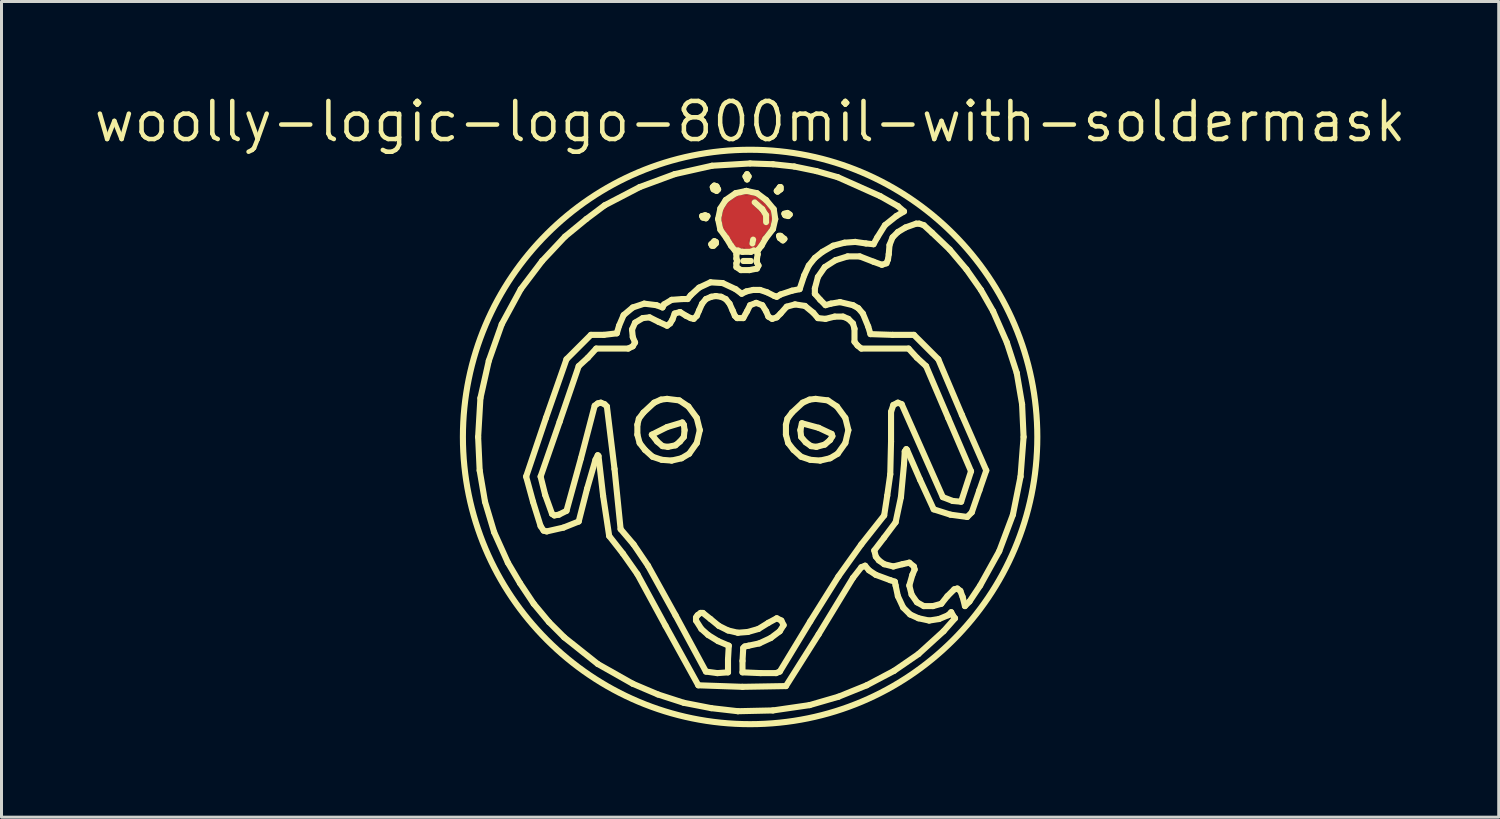
<source format=kicad_pcb>
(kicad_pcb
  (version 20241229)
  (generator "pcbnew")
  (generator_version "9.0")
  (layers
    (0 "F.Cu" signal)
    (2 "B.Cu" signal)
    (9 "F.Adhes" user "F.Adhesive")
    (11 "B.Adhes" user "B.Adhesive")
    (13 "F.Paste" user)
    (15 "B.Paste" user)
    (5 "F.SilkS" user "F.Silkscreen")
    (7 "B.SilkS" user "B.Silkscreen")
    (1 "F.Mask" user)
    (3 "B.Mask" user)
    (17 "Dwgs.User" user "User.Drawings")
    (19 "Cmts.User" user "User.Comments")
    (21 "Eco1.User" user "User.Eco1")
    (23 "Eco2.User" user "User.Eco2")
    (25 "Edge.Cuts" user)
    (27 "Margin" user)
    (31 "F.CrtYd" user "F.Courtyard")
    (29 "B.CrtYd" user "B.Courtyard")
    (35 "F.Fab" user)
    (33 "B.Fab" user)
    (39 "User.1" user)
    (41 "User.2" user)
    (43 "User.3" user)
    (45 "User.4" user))
  (footprint "woolly-logic-logo-800mil-with-soldermask"
    (layer "F.Cu")
    (at 21.959 11.495)
    (property "Reference" "woolly-logic-logo-800mil-with-soldermask" (at 0.001 -10.489 0) (layer "F.SilkS") (effects (font (size 1.27 1.27) (thickness 0.15))))
    (fp_line (start -9.067 0.024) (end -9.016 1.141) (stroke (width 0.203) (type solid)) (layer "F.SilkS"))
    (fp_line (start -9.016 1.141) (end -8.838 2.183) (stroke (width 0.203) (type solid)) (layer "F.SilkS"))
    (fp_line (start -8.991 -1.272) (end -9.067 0.024) (stroke (width 0.203) (type solid)) (layer "F.SilkS"))
    (fp_line (start -8.838 2.183) (end -8.534 3.199) (stroke (width 0.203) (type solid)) (layer "F.SilkS"))
    (fp_line (start -8.711 -2.516) (end -8.991 -1.272) (stroke (width 0.203) (type solid)) (layer "F.SilkS"))
    (fp_line (start -8.534 3.199) (end -8.076 4.215) (stroke (width 0.203) (type solid)) (layer "F.SilkS"))
    (fp_line (start -8.28 -3.735) (end -8.711 -2.516) (stroke (width 0.203) (type solid)) (layer "F.SilkS"))
    (fp_line (start -8.076 4.215) (end -7.67 4.901) (stroke (width 0.203) (type solid)) (layer "F.SilkS"))
    (fp_line (start -7.67 4.901) (end -7.213 5.586) (stroke (width 0.203) (type solid)) (layer "F.SilkS"))
    (fp_line (start -7.645 -4.904) (end -8.28 -3.735) (stroke (width 0.203) (type solid)) (layer "F.SilkS"))
    (fp_line (start -7.467 1.345) (end -6.806 -0.611) (stroke (width 0.203) (type solid)) (layer "F.SilkS"))
    (fp_line (start -7.238 2.183) (end -7.467 1.345) (stroke (width 0.203) (type solid)) (layer "F.SilkS"))
    (fp_line (start -7.213 5.586) (end -6.705 6.196) (stroke (width 0.203) (type solid)) (layer "F.SilkS"))
    (fp_line (start -6.984 1.345) (end -6.832 1.954) (stroke (width 0.203) (type solid)) (layer "F.SilkS"))
    (fp_line (start -6.984 2.996) (end -7.238 2.183) (stroke (width 0.203) (type solid)) (layer "F.SilkS"))
    (fp_line (start -6.933 -5.844) (end -7.645 -4.904) (stroke (width 0.203) (type solid)) (layer "F.SilkS"))
    (fp_line (start -6.883 3.148) (end -6.984 2.996) (stroke (width 0.203) (type solid)) (layer "F.SilkS"))
    (fp_line (start -6.832 1.954) (end -6.603 2.589) (stroke (width 0.203) (type solid)) (layer "F.SilkS"))
    (fp_line (start -6.806 -0.611) (end -6.121 -2.567) (stroke (width 0.203) (type solid)) (layer "F.SilkS"))
    (fp_line (start -6.781 3.173) (end -6.883 3.148) (stroke (width 0.203) (type solid)) (layer "F.SilkS"))
    (fp_line (start -6.705 6.196) (end -6.197 6.704) (stroke (width 0.203) (type solid)) (layer "F.SilkS"))
    (fp_line (start -6.603 2.589) (end -6.527 2.64) (stroke (width 0.203) (type solid)) (layer "F.SilkS"))
    (fp_line (start -6.527 2.64) (end -6.375 2.615) (stroke (width 0.203) (type solid)) (layer "F.SilkS"))
    (fp_line (start -6.375 2.615) (end -6.121 2.488) (stroke (width 0.203) (type solid)) (layer "F.SilkS"))
    (fp_line (start -6.349 -0.484) (end -6.984 1.345) (stroke (width 0.203) (type solid)) (layer "F.SilkS"))
    (fp_line (start -6.222 3.046) (end -6.781 3.173) (stroke (width 0.203) (type solid)) (layer "F.SilkS"))
    (fp_line (start -6.197 6.704) (end -5.079 7.593) (stroke (width 0.203) (type solid)) (layer "F.SilkS"))
    (fp_line (start -6.171 -6.656) (end -6.933 -5.844) (stroke (width 0.203) (type solid)) (layer "F.SilkS"))
    (fp_line (start -6.121 -2.567) (end -5.308 -3.38) (stroke (width 0.203) (type solid)) (layer "F.SilkS"))
    (fp_line (start -6.121 2.488) (end -5.638 0.735) (stroke (width 0.203) (type solid)) (layer "F.SilkS"))
    (fp_line (start -5.714 -2.338) (end -6.349 -0.484) (stroke (width 0.203) (type solid)) (layer "F.SilkS"))
    (fp_line (start -5.714 2.843) (end -6.222 3.046) (stroke (width 0.203) (type solid)) (layer "F.SilkS"))
    (fp_line (start -5.638 0.735) (end -5.181 -1.018) (stroke (width 0.203) (type solid)) (layer "F.SilkS"))
    (fp_line (start -5.46 -7.241) (end -6.171 -6.656) (stroke (width 0.203) (type solid)) (layer "F.SilkS"))
    (fp_line (start -5.435 1.751) (end -5.714 2.843) (stroke (width 0.203) (type solid)) (layer "F.SilkS"))
    (fp_line (start -5.409 -2.618) (end -5.714 -2.338) (stroke (width 0.203) (type solid)) (layer "F.SilkS"))
    (fp_line (start -5.308 -3.38) (end -4.876 -3.38) (stroke (width 0.203) (type solid)) (layer "F.SilkS"))
    (fp_line (start -5.181 -1.018) (end -5.079 -1.094) (stroke (width 0.203) (type solid)) (layer "F.SilkS"))
    (fp_line (start -5.155 0.786) (end -5.435 1.751) (stroke (width 0.203) (type solid)) (layer "F.SilkS"))
    (fp_line (start -5.13 -2.923) (end -5.409 -2.618) (stroke (width 0.203) (type solid)) (layer "F.SilkS"))
    (fp_line (start -5.079 -1.094) (end -4.978 -1.119) (stroke (width 0.203) (type solid)) (layer "F.SilkS"))
    (fp_line (start -5.079 0.633) (end -5.155 0.786) (stroke (width 0.203) (type solid)) (layer "F.SilkS"))
    (fp_line (start -5.079 7.593) (end -3.911 8.253) (stroke (width 0.203) (type solid)) (layer "F.SilkS"))
    (fp_line (start -5.054 0.659) (end -5.079 0.633) (stroke (width 0.203) (type solid)) (layer "F.SilkS"))
    (fp_line (start -4.978 -1.119) (end -4.851 -1.068) (stroke (width 0.203) (type solid)) (layer "F.SilkS"))
    (fp_line (start -4.901 1.98) (end -5.054 0.659) (stroke (width 0.203) (type solid)) (layer "F.SilkS"))
    (fp_line (start -4.876 -3.38) (end -4.444 -3.431) (stroke (width 0.203) (type solid)) (layer "F.SilkS"))
    (fp_line (start -4.851 -7.698) (end -5.46 -7.241) (stroke (width 0.203) (type solid)) (layer "F.SilkS"))
    (fp_line (start -4.851 -1.068) (end -4.774 -0.992) (stroke (width 0.203) (type solid)) (layer "F.SilkS"))
    (fp_line (start -4.774 -0.992) (end -4.52 1.091) (stroke (width 0.203) (type solid)) (layer "F.SilkS"))
    (fp_line (start -4.698 3.326) (end -4.901 1.98) (stroke (width 0.203) (type solid)) (layer "F.SilkS"))
    (fp_line (start -4.52 1.091) (end -4.317 3.097) (stroke (width 0.203) (type solid)) (layer "F.SilkS"))
    (fp_line (start -4.444 -3.431) (end -4.368 -3.685) (stroke (width 0.203) (type solid)) (layer "F.SilkS"))
    (fp_line (start -4.368 -3.685) (end -4.216 -4.04) (stroke (width 0.203) (type solid)) (layer "F.SilkS"))
    (fp_line (start -4.317 3.097) (end -3.885 3.605) (stroke (width 0.203) (type solid)) (layer "F.SilkS"))
    (fp_line (start -4.241 3.91) (end -4.698 3.326) (stroke (width 0.203) (type solid)) (layer "F.SilkS"))
    (fp_line (start -4.216 -4.04) (end -3.911 -4.294) (stroke (width 0.203) (type solid)) (layer "F.SilkS"))
    (fp_line (start -4.063 -2.923) (end -5.13 -2.923) (stroke (width 0.203) (type solid)) (layer "F.SilkS"))
    (fp_line (start -3.936 -3.558) (end -3.911 -3.304) (stroke (width 0.203) (type solid)) (layer "F.SilkS"))
    (fp_line (start -3.911 -4.294) (end -3.53 -4.421) (stroke (width 0.203) (type solid)) (layer "F.SilkS"))
    (fp_line (start -3.911 -3.304) (end -3.835 -3.126) (stroke (width 0.203) (type solid)) (layer "F.SilkS"))
    (fp_line (start -3.911 -2.999) (end -4.063 -2.923) (stroke (width 0.203) (type solid)) (layer "F.SilkS"))
    (fp_line (start -3.911 8.253) (end -3.073 8.609) (stroke (width 0.203) (type solid)) (layer "F.SilkS"))
    (fp_line (start -3.885 3.605) (end -3.403 4.316) (stroke (width 0.203) (type solid)) (layer "F.SilkS"))
    (fp_line (start -3.835 -3.786) (end -3.936 -3.558) (stroke (width 0.203) (type solid)) (layer "F.SilkS"))
    (fp_line (start -3.835 -3.126) (end -3.911 -2.999) (stroke (width 0.203) (type solid)) (layer "F.SilkS"))
    (fp_line (start -3.758 -0.383) (end -3.758 -0.052) (stroke (width 0.203) (type solid)) (layer "F.SilkS"))
    (fp_line (start -3.758 -0.383) (end -3.708 -0.586) (stroke (width 0.203) (type solid)) (layer "F.SilkS"))
    (fp_line (start -3.758 4.596) (end -4.241 3.91) (stroke (width 0.203) (type solid)) (layer "F.SilkS"))
    (fp_line (start -3.708 -0.586) (end -3.555 -0.789) (stroke (width 0.203) (type solid)) (layer "F.SilkS"))
    (fp_line (start -3.682 -8.307) (end -4.851 -7.698) (stroke (width 0.203) (type solid)) (layer "F.SilkS"))
    (fp_line (start -3.682 0.227) (end -3.758 -0.052) (stroke (width 0.203) (type solid)) (layer "F.SilkS"))
    (fp_line (start -3.581 -3.939) (end -3.835 -3.786) (stroke (width 0.203) (type solid)) (layer "F.SilkS"))
    (fp_line (start -3.555 -0.789) (end -3.2 -1.119) (stroke (width 0.203) (type solid)) (layer "F.SilkS"))
    (fp_line (start -3.53 -4.421) (end -3.123 -4.37) (stroke (width 0.203) (type solid)) (layer "F.SilkS"))
    (fp_line (start -3.504 0.456) (end -3.682 0.227) (stroke (width 0.203) (type solid)) (layer "F.SilkS"))
    (fp_line (start -3.403 4.316) (end -2.488 5.967) (stroke (width 0.203) (type solid)) (layer "F.SilkS"))
    (fp_line (start -3.352 -3.964) (end -3.581 -3.939) (stroke (width 0.203) (type solid)) (layer "F.SilkS"))
    (fp_line (start -3.276 -0.052) (end -3.098 0.176) (stroke (width 0.203) (type solid)) (layer "F.SilkS"))
    (fp_line (start -3.25 0.684) (end -3.504 0.456) (stroke (width 0.203) (type solid)) (layer "F.SilkS"))
    (fp_line (start -3.2 -1.119) (end -2.971 -1.221) (stroke (width 0.203) (type solid)) (layer "F.SilkS"))
    (fp_line (start -3.123 -4.37) (end -2.92 -4.294) (stroke (width 0.203) (type solid)) (layer "F.SilkS"))
    (fp_line (start -3.098 0.176) (end -2.92 0.329) (stroke (width 0.203) (type solid)) (layer "F.SilkS"))
    (fp_line (start -3.073 8.609) (end -2.209 8.888) (stroke (width 0.203) (type solid)) (layer "F.SilkS"))
    (fp_line (start -3.047 -3.812) (end -3.352 -3.964) (stroke (width 0.203) (type solid)) (layer "F.SilkS"))
    (fp_line (start -2.971 -1.221) (end -2.768 -1.246) (stroke (width 0.203) (type solid)) (layer "F.SilkS"))
    (fp_line (start -2.946 0.786) (end -3.25 0.684) (stroke (width 0.203) (type solid)) (layer "F.SilkS"))
    (fp_line (start -2.92 -4.294) (end -2.869 -4.396) (stroke (width 0.203) (type solid)) (layer "F.SilkS"))
    (fp_line (start -2.92 0.329) (end -2.742 0.354) (stroke (width 0.203) (type solid)) (layer "F.SilkS"))
    (fp_line (start -2.869 -4.396) (end -2.615 -4.548) (stroke (width 0.203) (type solid)) (layer "F.SilkS"))
    (fp_line (start -2.819 6.323) (end -3.758 4.596) (stroke (width 0.203) (type solid)) (layer "F.SilkS"))
    (fp_line (start -2.768 -3.685) (end -3.047 -3.812) (stroke (width 0.203) (type solid)) (layer "F.SilkS"))
    (fp_line (start -2.768 -0.306) (end -3.276 -0.052) (stroke (width 0.203) (type solid)) (layer "F.SilkS"))
    (fp_line (start -2.742 0.354) (end -2.488 0.303) (stroke (width 0.203) (type solid)) (layer "F.SilkS"))
    (fp_line (start -2.666 -3.761) (end -2.768 -3.685) (stroke (width 0.203) (type solid)) (layer "F.SilkS"))
    (fp_line (start -2.615 -4.548) (end -2.26 -4.574) (stroke (width 0.203) (type solid)) (layer "F.SilkS"))
    (fp_line (start -2.615 0.811) (end -2.946 0.786) (stroke (width 0.203) (type solid)) (layer "F.SilkS"))
    (fp_line (start -2.59 -3.888) (end -2.666 -3.761) (stroke (width 0.203) (type solid)) (layer "F.SilkS"))
    (fp_line (start -2.514 -8.739) (end -3.682 -8.307) (stroke (width 0.203) (type solid)) (layer "F.SilkS"))
    (fp_line (start -2.514 -4.091) (end -2.59 -3.888) (stroke (width 0.203) (type solid)) (layer "F.SilkS"))
    (fp_line (start -2.488 0.303) (end -2.336 0.176) (stroke (width 0.203) (type solid)) (layer "F.SilkS"))
    (fp_line (start -2.488 5.967) (end -1.472 7.847) (stroke (width 0.203) (type solid)) (layer "F.SilkS"))
    (fp_line (start -2.361 -1.195) (end -2.768 -1.246) (stroke (width 0.203) (type solid)) (layer "F.SilkS"))
    (fp_line (start -2.361 -1.195) (end -2.057 -0.992) (stroke (width 0.203) (type solid)) (layer "F.SilkS"))
    (fp_line (start -2.336 -4.142) (end -2.514 -4.091) (stroke (width 0.203) (type solid)) (layer "F.SilkS"))
    (fp_line (start -2.336 0.176) (end -2.209 0.024) (stroke (width 0.203) (type solid)) (layer "F.SilkS"))
    (fp_line (start -2.285 0.735) (end -2.615 0.811) (stroke (width 0.203) (type solid)) (layer "F.SilkS"))
    (fp_line (start -2.26 -4.574) (end -2.082 -4.574) (stroke (width 0.203) (type solid)) (layer "F.SilkS"))
    (fp_line (start -2.26 -0.459) (end -2.768 -0.306) (stroke (width 0.203) (type solid)) (layer "F.SilkS"))
    (fp_line (start -2.209 -0.383) (end -2.26 -0.459) (stroke (width 0.203) (type solid)) (layer "F.SilkS"))
    (fp_line (start -2.209 0.024) (end -2.184 -0.205) (stroke (width 0.203) (type solid)) (layer "F.SilkS"))
    (fp_line (start -2.209 8.888) (end -1.295 9.066) (stroke (width 0.203) (type solid)) (layer "F.SilkS"))
    (fp_line (start -2.184 -0.205) (end -2.209 -0.383) (stroke (width 0.203) (type solid)) (layer "F.SilkS"))
    (fp_line (start -2.133 -4.015) (end -2.336 -4.142) (stroke (width 0.203) (type solid)) (layer "F.SilkS"))
    (fp_line (start -2.082 -4.574) (end -1.98 -4.701) (stroke (width 0.203) (type solid)) (layer "F.SilkS"))
    (fp_line (start -2.057 -0.992) (end -1.777 -0.611) (stroke (width 0.203) (type solid)) (layer "F.SilkS"))
    (fp_line (start -2.031 0.583) (end -2.285 0.735) (stroke (width 0.203) (type solid)) (layer "F.SilkS"))
    (fp_line (start -1.98 -4.701) (end -1.701 -4.955) (stroke (width 0.203) (type solid)) (layer "F.SilkS"))
    (fp_line (start -1.98 -3.939) (end -2.133 -4.015) (stroke (width 0.203) (type solid)) (layer "F.SilkS"))
    (fp_line (start -1.879 -3.913) (end -1.98 -3.939) (stroke (width 0.203) (type solid)) (layer "F.SilkS"))
    (fp_line (start -1.803 6.044) (end -1.803 6.145) (stroke (width 0.203) (type solid)) (layer "F.SilkS"))
    (fp_line (start -1.803 6.044) (end -1.752 5.967) (stroke (width 0.203) (type solid)) (layer "F.SilkS"))
    (fp_line (start -1.777 -4.015) (end -1.879 -3.913) (stroke (width 0.203) (type solid)) (layer "F.SilkS"))
    (fp_line (start -1.777 -0.611) (end -1.676 -0.205) (stroke (width 0.203) (type solid)) (layer "F.SilkS"))
    (fp_line (start -1.777 0.227) (end -2.031 0.583) (stroke (width 0.203) (type solid)) (layer "F.SilkS"))
    (fp_line (start -1.752 5.967) (end -1.65 5.891) (stroke (width 0.203) (type solid)) (layer "F.SilkS"))
    (fp_line (start -1.726 8.304) (end -2.819 6.323) (stroke (width 0.203) (type solid)) (layer "F.SilkS"))
    (fp_line (start -1.701 -4.955) (end -1.32 -5.132) (stroke (width 0.203) (type solid)) (layer "F.SilkS"))
    (fp_line (start -1.701 -4.193) (end -1.777 -4.015) (stroke (width 0.203) (type solid)) (layer "F.SilkS"))
    (fp_line (start -1.676 -0.205) (end -1.777 0.227) (stroke (width 0.203) (type solid)) (layer "F.SilkS"))
    (fp_line (start -1.65 5.891) (end -1.574 5.891) (stroke (width 0.203) (type solid)) (layer "F.SilkS"))
    (fp_line (start -1.625 6.425) (end -1.803 6.145) (stroke (width 0.203) (type solid)) (layer "F.SilkS"))
    (fp_line (start -1.599 -7.342) (end -1.498 -7.368) (stroke (width 0.203) (type solid)) (layer "F.SilkS"))
    (fp_line (start -1.599 -4.421) (end -1.701 -4.193) (stroke (width 0.203) (type solid)) (layer "F.SilkS"))
    (fp_line (start -1.574 -7.291) (end -1.599 -7.342) (stroke (width 0.203) (type solid)) (layer "F.SilkS"))
    (fp_line (start -1.574 5.891) (end -1.32 6.094) (stroke (width 0.203) (type solid)) (layer "F.SilkS"))
    (fp_line (start -1.472 -7.266) (end -1.574 -7.291) (stroke (width 0.203) (type solid)) (layer "F.SilkS"))
    (fp_line (start -1.472 -4.574) (end -1.599 -4.421) (stroke (width 0.203) (type solid)) (layer "F.SilkS"))
    (fp_line (start -1.472 7.847) (end -1.091 7.898) (stroke (width 0.203) (type solid)) (layer "F.SilkS"))
    (fp_line (start -1.422 -7.342) (end -1.498 -7.368) (stroke (width 0.203) (type solid)) (layer "F.SilkS"))
    (fp_line (start -1.422 -7.342) (end -1.472 -7.266) (stroke (width 0.203) (type solid)) (layer "F.SilkS"))
    (fp_line (start -1.396 6.628) (end -1.625 6.425) (stroke (width 0.203) (type solid)) (layer "F.SilkS"))
    (fp_line (start -1.32 -5.132) (end -0.914 -5.107) (stroke (width 0.203) (type solid)) (layer "F.SilkS"))
    (fp_line (start -1.32 6.094) (end -1.041 6.323) (stroke (width 0.203) (type solid)) (layer "F.SilkS"))
    (fp_line (start -1.295 -6.402) (end -1.193 -6.504) (stroke (width 0.203) (type solid)) (layer "F.SilkS"))
    (fp_line (start -1.295 -4.65) (end -1.472 -4.574) (stroke (width 0.203) (type solid)) (layer "F.SilkS"))
    (fp_line (start -1.295 9.066) (end -0.406 9.168) (stroke (width 0.203) (type solid)) (layer "F.SilkS"))
    (fp_line (start -1.269 -9.019) (end -2.514 -8.739) (stroke (width 0.203) (type solid)) (layer "F.SilkS"))
    (fp_line (start -1.269 -9.019) (end 0.001 -9.095) (stroke (width 0.203) (type solid)) (layer "F.SilkS"))
    (fp_line (start -1.269 -6.352) (end -1.295 -6.402) (stroke (width 0.203) (type solid)) (layer "F.SilkS"))
    (fp_line (start -1.269 -6.352) (end -1.218 -6.352) (stroke (width 0.203) (type solid)) (layer "F.SilkS"))
    (fp_line (start -1.244 -8.307) (end -1.193 -8.358) (stroke (width 0.203) (type solid)) (layer "F.SilkS"))
    (fp_line (start -1.218 -8.231) (end -1.244 -8.307) (stroke (width 0.203) (type solid)) (layer "F.SilkS"))
    (fp_line (start -1.142 -6.479) (end -1.193 -6.504) (stroke (width 0.203) (type solid)) (layer "F.SilkS"))
    (fp_line (start -1.142 -6.479) (end -1.142 -6.428) (stroke (width 0.203) (type solid)) (layer "F.SilkS"))
    (fp_line (start -1.142 -6.428) (end -1.218 -6.352) (stroke (width 0.203) (type solid)) (layer "F.SilkS"))
    (fp_line (start -1.142 -4.675) (end -1.295 -4.65) (stroke (width 0.203) (type solid)) (layer "F.SilkS"))
    (fp_line (start -1.117 -8.333) (end -1.193 -8.358) (stroke (width 0.203) (type solid)) (layer "F.SilkS"))
    (fp_line (start -1.117 -8.333) (end -1.066 -8.231) (stroke (width 0.203) (type solid)) (layer "F.SilkS"))
    (fp_line (start -1.117 -8.18) (end -1.218 -8.231) (stroke (width 0.203) (type solid)) (layer "F.SilkS"))
    (fp_line (start -1.091 7.898) (end -0.736 7.872) (stroke (width 0.203) (type solid)) (layer "F.SilkS"))
    (fp_line (start -1.066 -8.231) (end -1.117 -8.18) (stroke (width 0.203) (type solid)) (layer "F.SilkS"))
    (fp_line (start -1.066 -7.241) (end -0.99 -7.596) (stroke (width 0.203) (type solid)) (layer "F.SilkS"))
    (fp_line (start -1.066 6.831) (end -1.396 6.628) (stroke (width 0.203) (type solid)) (layer "F.SilkS"))
    (fp_line (start -1.041 6.323) (end -0.736 6.475) (stroke (width 0.203) (type solid)) (layer "F.SilkS"))
    (fp_line (start -0.99 -7.596) (end -0.812 -7.876) (stroke (width 0.203) (type solid)) (layer "F.SilkS"))
    (fp_line (start -0.99 -6.885) (end -1.066 -7.241) (stroke (width 0.203) (type solid)) (layer "F.SilkS"))
    (fp_line (start -0.964 -4.65) (end -1.142 -4.675) (stroke (width 0.203) (type solid)) (layer "F.SilkS"))
    (fp_line (start -0.914 -5.107) (end -0.482 -4.904) (stroke (width 0.203) (type solid)) (layer "F.SilkS"))
    (fp_line (start -0.812 -7.876) (end -0.482 -8.104) (stroke (width 0.203) (type solid)) (layer "F.SilkS"))
    (fp_line (start -0.812 -4.574) (end -0.964 -4.65) (stroke (width 0.203) (type solid)) (layer "F.SilkS"))
    (fp_line (start -0.787 -6.606) (end -0.99 -6.885) (stroke (width 0.203) (type solid)) (layer "F.SilkS"))
    (fp_line (start -0.736 6.475) (end -0.406 6.552) (stroke (width 0.203) (type solid)) (layer "F.SilkS"))
    (fp_line (start -0.736 7.441) (end -0.736 7.872) (stroke (width 0.203) (type solid)) (layer "F.SilkS"))
    (fp_line (start -0.736 7.441) (end -0.71 6.983) (stroke (width 0.203) (type solid)) (layer "F.SilkS"))
    (fp_line (start -0.71 6.983) (end -1.066 6.831) (stroke (width 0.203) (type solid)) (layer "F.SilkS"))
    (fp_line (start -0.685 -4.421) (end -0.812 -4.574) (stroke (width 0.203) (type solid)) (layer "F.SilkS"))
    (fp_line (start -0.634 -6.352) (end -0.787 -6.606) (stroke (width 0.203) (type solid)) (layer "F.SilkS"))
    (fp_line (start -0.583 -4.193) (end -0.685 -4.421) (stroke (width 0.203) (type solid)) (layer "F.SilkS"))
    (fp_line (start -0.507 -6.199) (end -0.634 -6.352) (stroke (width 0.203) (type solid)) (layer "F.SilkS"))
    (fp_line (start -0.507 -4.015) (end -0.583 -4.193) (stroke (width 0.203) (type solid)) (layer "F.SilkS"))
    (fp_line (start -0.482 -8.104) (end -0.126 -8.18) (stroke (width 0.203) (type solid)) (layer "F.SilkS"))
    (fp_line (start -0.482 -4.904) (end -0.279 -4.751) (stroke (width 0.203) (type solid)) (layer "F.SilkS"))
    (fp_line (start -0.456 -6.072) (end -0.456 -5.92) (stroke (width 0.203) (type solid)) (layer "F.SilkS"))
    (fp_line (start -0.456 -6.072) (end -0.431 -6.148) (stroke (width 0.203) (type solid)) (layer "F.SilkS"))
    (fp_line (start -0.456 -5.767) (end -0.456 -5.64) (stroke (width 0.203) (type solid)) (layer "F.SilkS"))
    (fp_line (start -0.456 -5.767) (end -0.431 -5.844) (stroke (width 0.203) (type solid)) (layer "F.SilkS"))
    (fp_line (start -0.431 -6.148) (end -0.507 -6.199) (stroke (width 0.203) (type solid)) (layer "F.SilkS"))
    (fp_line (start -0.431 -5.844) (end -0.456 -5.92) (stroke (width 0.203) (type solid)) (layer "F.SilkS"))
    (fp_line (start -0.431 -3.939) (end -0.507 -4.015) (stroke (width 0.203) (type solid)) (layer "F.SilkS"))
    (fp_line (start -0.431 -3.939) (end -0.228 -3.939) (stroke (width 0.203) (type solid)) (layer "F.SilkS"))
    (fp_line (start -0.406 -6.199) (end -0.38 -6.174) (stroke (width 0.203) (type solid)) (layer "F.SilkS"))
    (fp_line (start -0.406 6.552) (end -0.075 6.526) (stroke (width 0.203) (type solid)) (layer "F.SilkS"))
    (fp_line (start -0.406 9.168) (end 0.763 9.142) (stroke (width 0.203) (type solid)) (layer "F.SilkS"))
    (fp_line (start -0.38 -6.174) (end -0.253 -6.148) (stroke (width 0.203) (type solid)) (layer "F.SilkS"))
    (fp_line (start -0.304 -5.539) (end -0.456 -5.64) (stroke (width 0.203) (type solid)) (layer "F.SilkS"))
    (fp_line (start -0.304 -5.539) (end -0.025 -5.539) (stroke (width 0.203) (type solid)) (layer "F.SilkS"))
    (fp_line (start -0.279 -4.751) (end -0.126 -4.828) (stroke (width 0.203) (type solid)) (layer "F.SilkS"))
    (fp_line (start -0.253 -6.148) (end 0.026 -6.148) (stroke (width 0.203) (type solid)) (layer "F.SilkS"))
    (fp_line (start -0.253 7.491) (end -0.253 7.872) (stroke (width 0.203) (type solid)) (layer "F.SilkS"))
    (fp_line (start -0.253 7.872) (end 0.356 7.898) (stroke (width 0.203) (type solid)) (layer "F.SilkS"))
    (fp_line (start -0.253 8.355) (end -1.726 8.304) (stroke (width 0.203) (type solid)) (layer "F.SilkS"))
    (fp_line (start -0.228 -5.844) (end 0.026 -5.844) (stroke (width 0.203) (type solid)) (layer "F.SilkS"))
    (fp_line (start -0.228 7.06) (end -0.253 7.491) (stroke (width 0.203) (type solid)) (layer "F.SilkS"))
    (fp_line (start -0.177 7.009) (end -0.228 7.06) (stroke (width 0.203) (type solid)) (layer "F.SilkS"))
    (fp_line (start -0.152 -8.663) (end -0.101 -8.739) (stroke (width 0.203) (type solid)) (layer "F.SilkS"))
    (fp_line (start -0.126 -8.18) (end -0.126 -8.18) (stroke (width 0.203) (type solid)) (layer "F.SilkS"))
    (fp_line (start -0.126 -8.18) (end 0.229 -8.104) (stroke (width 0.203) (type solid)) (layer "F.SilkS"))
    (fp_line (start -0.126 -4.828) (end 0.102 -4.878) (stroke (width 0.203) (type solid)) (layer "F.SilkS"))
    (fp_line (start -0.101 -8.561) (end -0.152 -8.663) (stroke (width 0.203) (type solid)) (layer "F.SilkS"))
    (fp_line (start -0.101 -4.167) (end -0.228 -3.939) (stroke (width 0.203) (type solid)) (layer "F.SilkS"))
    (fp_line (start -0.075 6.526) (end 0.28 6.425) (stroke (width 0.203) (type solid)) (layer "F.SilkS"))
    (fp_line (start -0.05 -8.663) (end -0.101 -8.739) (stroke (width 0.203) (type solid)) (layer "F.SilkS"))
    (fp_line (start -0.05 -8.663) (end -0.101 -8.561) (stroke (width 0.203) (type solid)) (layer "F.SilkS"))
    (fp_line (start -0.05 6.983) (end -0.177 7.009) (stroke (width 0.203) (type solid)) (layer "F.SilkS"))
    (fp_line (start 0.001 -4.37) (end -0.101 -4.167) (stroke (width 0.203) (type solid)) (layer "F.SilkS"))
    (fp_line (start 0.026 -6.148) (end 0.128 -6.199) (stroke (width 0.203) (type solid)) (layer "F.SilkS"))
    (fp_line (start 0.077 -6.428) (end 0.102 -6.555) (stroke (width 0.203) (type solid)) (layer "F.SilkS"))
    (fp_line (start 0.102 -4.878) (end 0.331 -4.878) (stroke (width 0.203) (type solid)) (layer "F.SilkS"))
    (fp_line (start 0.204 -4.447) (end 0.001 -4.37) (stroke (width 0.203) (type solid)) (layer "F.SilkS"))
    (fp_line (start 0.229 -8.104) (end 0.534 -7.876) (stroke (width 0.203) (type solid)) (layer "F.SilkS"))
    (fp_line (start 0.229 -6.148) (end 0.255 -6.072) (stroke (width 0.203) (type solid)) (layer "F.SilkS"))
    (fp_line (start 0.229 -5.92) (end 0.229 -5.793) (stroke (width 0.203) (type solid)) (layer "F.SilkS"))
    (fp_line (start 0.229 -5.793) (end 0.28 -5.691) (stroke (width 0.203) (type solid)) (layer "F.SilkS"))
    (fp_line (start 0.229 -5.59) (end -0.025 -5.539) (stroke (width 0.203) (type solid)) (layer "F.SilkS"))
    (fp_line (start 0.255 -6.072) (end 0.229 -5.92) (stroke (width 0.203) (type solid)) (layer "F.SilkS"))
    (fp_line (start 0.28 -6.225) (end 0.229 -6.148) (stroke (width 0.203) (type solid)) (layer "F.SilkS"))
    (fp_line (start 0.28 -5.691) (end 0.229 -5.59) (stroke (width 0.203) (type solid)) (layer "F.SilkS"))
    (fp_line (start 0.28 6.425) (end 0.61 6.221) (stroke (width 0.203) (type solid)) (layer "F.SilkS"))
    (fp_line (start 0.306 6.907) (end -0.05 6.983) (stroke (width 0.203) (type solid)) (layer "F.SilkS"))
    (fp_line (start 0.331 -4.878) (end 0.56 -4.802) (stroke (width 0.203) (type solid)) (layer "F.SilkS"))
    (fp_line (start 0.356 7.898) (end 0.864 7.898) (stroke (width 0.203) (type solid)) (layer "F.SilkS"))
    (fp_line (start 0.382 -6.352) (end 0.28 -6.225) (stroke (width 0.203) (type solid)) (layer "F.SilkS"))
    (fp_line (start 0.407 -7.571) (end 0.153 -7.799) (stroke (width 0.203) (type solid)) (layer "F.SilkS"))
    (fp_line (start 0.407 -4.37) (end 0.204 -4.447) (stroke (width 0.203) (type solid)) (layer "F.SilkS"))
    (fp_line (start 0.509 -6.58) (end 0.382 -6.352) (stroke (width 0.203) (type solid)) (layer "F.SilkS"))
    (fp_line (start 0.534 -7.876) (end 0.788 -7.571) (stroke (width 0.203) (type solid)) (layer "F.SilkS"))
    (fp_line (start 0.534 -7.368) (end 0.407 -7.571) (stroke (width 0.203) (type solid)) (layer "F.SilkS"))
    (fp_line (start 0.534 -7.368) (end 0.534 -7.139) (stroke (width 0.203) (type solid)) (layer "F.SilkS"))
    (fp_line (start 0.534 -4.167) (end 0.407 -4.37) (stroke (width 0.203) (type solid)) (layer "F.SilkS"))
    (fp_line (start 0.56 -4.802) (end 0.814 -4.675) (stroke (width 0.203) (type solid)) (layer "F.SilkS"))
    (fp_line (start 0.61 -3.989) (end 0.534 -4.167) (stroke (width 0.203) (type solid)) (layer "F.SilkS"))
    (fp_line (start 0.61 6.221) (end 0.89 6.069) (stroke (width 0.203) (type solid)) (layer "F.SilkS"))
    (fp_line (start 0.687 6.729) (end 0.306 6.907) (stroke (width 0.203) (type solid)) (layer "F.SilkS"))
    (fp_line (start 0.737 -3.913) (end 0.61 -3.989) (stroke (width 0.203) (type solid)) (layer "F.SilkS"))
    (fp_line (start 0.763 -9.069) (end 0.001 -9.095) (stroke (width 0.203) (type solid)) (layer "F.SilkS"))
    (fp_line (start 0.763 -6.91) (end 0.509 -6.58) (stroke (width 0.203) (type solid)) (layer "F.SilkS"))
    (fp_line (start 0.763 9.142) (end 1.982 8.965) (stroke (width 0.203) (type solid)) (layer "F.SilkS"))
    (fp_line (start 0.788 -7.571) (end 0.839 -7.241) (stroke (width 0.203) (type solid)) (layer "F.SilkS"))
    (fp_line (start 0.814 -4.675) (end 0.89 -4.65) (stroke (width 0.203) (type solid)) (layer "F.SilkS"))
    (fp_line (start 0.839 -7.241) (end 0.763 -6.91) (stroke (width 0.203) (type solid)) (layer "F.SilkS"))
    (fp_line (start 0.864 7.898) (end 0.991 7.847) (stroke (width 0.203) (type solid)) (layer "F.SilkS"))
    (fp_line (start 0.89 -8.18) (end 0.991 -8.307) (stroke (width 0.203) (type solid)) (layer "F.SilkS"))
    (fp_line (start 0.89 -4.65) (end 1.017 -4.726) (stroke (width 0.203) (type solid)) (layer "F.SilkS"))
    (fp_line (start 0.89 -3.964) (end 0.737 -3.913) (stroke (width 0.203) (type solid)) (layer "F.SilkS"))
    (fp_line (start 0.89 6.069) (end 1.042 6.145) (stroke (width 0.203) (type solid)) (layer "F.SilkS"))
    (fp_line (start 0.915 -8.155) (end 0.89 -8.18) (stroke (width 0.203) (type solid)) (layer "F.SilkS"))
    (fp_line (start 0.966 -6.682) (end 1.017 -6.682) (stroke (width 0.203) (type solid)) (layer "F.SilkS"))
    (fp_line (start 0.991 -6.606) (end 0.966 -6.682) (stroke (width 0.203) (type solid)) (layer "F.SilkS"))
    (fp_line (start 0.991 6.501) (end 0.687 6.729) (stroke (width 0.203) (type solid)) (layer "F.SilkS"))
    (fp_line (start 0.991 7.847) (end 2.007 6.171) (stroke (width 0.203) (type solid)) (layer "F.SilkS"))
    (fp_line (start 1.017 -8.307) (end 0.991 -8.307) (stroke (width 0.203) (type solid)) (layer "F.SilkS"))
    (fp_line (start 1.017 -8.307) (end 1.017 -8.231) (stroke (width 0.203) (type solid)) (layer "F.SilkS"))
    (fp_line (start 1.017 -8.231) (end 0.915 -8.155) (stroke (width 0.203) (type solid)) (layer "F.SilkS"))
    (fp_line (start 1.017 -4.726) (end 1.398 -4.853) (stroke (width 0.203) (type solid)) (layer "F.SilkS"))
    (fp_line (start 1.017 -4.091) (end 0.89 -3.964) (stroke (width 0.203) (type solid)) (layer "F.SilkS"))
    (fp_line (start 1.042 6.145) (end 1.118 6.298) (stroke (width 0.203) (type solid)) (layer "F.SilkS"))
    (fp_line (start 1.093 -6.529) (end 0.991 -6.606) (stroke (width 0.203) (type solid)) (layer "F.SilkS"))
    (fp_line (start 1.118 6.298) (end 0.991 6.501) (stroke (width 0.203) (type solid)) (layer "F.SilkS"))
    (fp_line (start 1.144 -7.418) (end 1.245 -7.444) (stroke (width 0.203) (type solid)) (layer "F.SilkS"))
    (fp_line (start 1.144 -6.58) (end 1.017 -6.682) (stroke (width 0.203) (type solid)) (layer "F.SilkS"))
    (fp_line (start 1.144 -6.58) (end 1.093 -6.529) (stroke (width 0.203) (type solid)) (layer "F.SilkS"))
    (fp_line (start 1.169 -7.368) (end 1.144 -7.418) (stroke (width 0.203) (type solid)) (layer "F.SilkS"))
    (fp_line (start 1.195 -0.383) (end 1.195 -0.052) (stroke (width 0.203) (type solid)) (layer "F.SilkS"))
    (fp_line (start 1.195 -0.383) (end 1.245 -0.586) (stroke (width 0.203) (type solid)) (layer "F.SilkS"))
    (fp_line (start 1.195 8.33) (end -0.253 8.355) (stroke (width 0.203) (type solid)) (layer "F.SilkS"))
    (fp_line (start 1.22 -4.32) (end 1.017 -4.091) (stroke (width 0.203) (type solid)) (layer "F.SilkS"))
    (fp_line (start 1.245 -0.586) (end 1.398 -0.789) (stroke (width 0.203) (type solid)) (layer "F.SilkS"))
    (fp_line (start 1.271 -7.342) (end 1.169 -7.368) (stroke (width 0.203) (type solid)) (layer "F.SilkS"))
    (fp_line (start 1.271 0.227) (end 1.195 -0.052) (stroke (width 0.203) (type solid)) (layer "F.SilkS"))
    (fp_line (start 1.322 -7.393) (end 1.245 -7.444) (stroke (width 0.203) (type solid)) (layer "F.SilkS"))
    (fp_line (start 1.322 -7.393) (end 1.271 -7.342) (stroke (width 0.203) (type solid)) (layer "F.SilkS"))
    (fp_line (start 1.398 -4.853) (end 1.652 -4.904) (stroke (width 0.203) (type solid)) (layer "F.SilkS"))
    (fp_line (start 1.398 -0.789) (end 1.753 -1.119) (stroke (width 0.203) (type solid)) (layer "F.SilkS"))
    (fp_line (start 1.449 0.456) (end 1.271 0.227) (stroke (width 0.203) (type solid)) (layer "F.SilkS"))
    (fp_line (start 1.474 -8.993) (end 0.763 -9.069) (stroke (width 0.203) (type solid)) (layer "F.SilkS"))
    (fp_line (start 1.499 -4.396) (end 1.22 -4.32) (stroke (width 0.203) (type solid)) (layer "F.SilkS"))
    (fp_line (start 1.652 -4.904) (end 1.804 -5.361) (stroke (width 0.203) (type solid)) (layer "F.SilkS"))
    (fp_line (start 1.677 -0.205) (end 1.703 0.024) (stroke (width 0.203) (type solid)) (layer "F.SilkS"))
    (fp_line (start 1.677 -0.205) (end 1.728 -0.433) (stroke (width 0.203) (type solid)) (layer "F.SilkS"))
    (fp_line (start 1.703 0.024) (end 1.855 0.202) (stroke (width 0.203) (type solid)) (layer "F.SilkS"))
    (fp_line (start 1.703 0.684) (end 1.449 0.456) (stroke (width 0.203) (type solid)) (layer "F.SilkS"))
    (fp_line (start 1.753 -1.119) (end 1.982 -1.221) (stroke (width 0.203) (type solid)) (layer "F.SilkS"))
    (fp_line (start 1.804 -5.361) (end 1.957 -5.691) (stroke (width 0.203) (type solid)) (layer "F.SilkS"))
    (fp_line (start 1.83 -4.345) (end 1.499 -4.396) (stroke (width 0.203) (type solid)) (layer "F.SilkS"))
    (fp_line (start 1.855 0.202) (end 2.033 0.329) (stroke (width 0.203) (type solid)) (layer "F.SilkS"))
    (fp_line (start 1.957 -5.691) (end 2.16 -5.945) (stroke (width 0.203) (type solid)) (layer "F.SilkS"))
    (fp_line (start 1.982 -1.221) (end 2.185 -1.246) (stroke (width 0.203) (type solid)) (layer "F.SilkS"))
    (fp_line (start 1.982 8.965) (end 2.947 8.685) (stroke (width 0.203) (type solid)) (layer "F.SilkS"))
    (fp_line (start 2.007 0.786) (end 1.703 0.684) (stroke (width 0.203) (type solid)) (layer "F.SilkS"))
    (fp_line (start 2.007 6.171) (end 2.947 4.672) (stroke (width 0.203) (type solid)) (layer "F.SilkS"))
    (fp_line (start 2.033 0.329) (end 2.211 0.354) (stroke (width 0.203) (type solid)) (layer "F.SilkS"))
    (fp_line (start 2.109 -4.116) (end 1.83 -4.345) (stroke (width 0.203) (type solid)) (layer "F.SilkS"))
    (fp_line (start 2.16 -5.945) (end 2.414 -6.148) (stroke (width 0.203) (type solid)) (layer "F.SilkS"))
    (fp_line (start 2.16 -4.929) (end 2.16 -4.751) (stroke (width 0.203) (type solid)) (layer "F.SilkS"))
    (fp_line (start 2.16 -4.751) (end 2.338 -4.548) (stroke (width 0.203) (type solid)) (layer "F.SilkS"))
    (fp_line (start 2.211 -8.841) (end 1.474 -8.993) (stroke (width 0.203) (type solid)) (layer "F.SilkS"))
    (fp_line (start 2.211 0.354) (end 2.49 0.278) (stroke (width 0.203) (type solid)) (layer "F.SilkS"))
    (fp_line (start 2.261 -5.31) (end 2.16 -4.929) (stroke (width 0.203) (type solid)) (layer "F.SilkS"))
    (fp_line (start 2.261 -3.939) (end 2.109 -4.116) (stroke (width 0.203) (type solid)) (layer "F.SilkS"))
    (fp_line (start 2.287 -0.281) (end 1.728 -0.433) (stroke (width 0.203) (type solid)) (layer "F.SilkS"))
    (fp_line (start 2.287 6.602) (end 1.195 8.33) (stroke (width 0.203) (type solid)) (layer "F.SilkS"))
    (fp_line (start 2.338 -4.548) (end 2.515 -4.37) (stroke (width 0.203) (type solid)) (layer "F.SilkS"))
    (fp_line (start 2.338 0.811) (end 2.007 0.786) (stroke (width 0.203) (type solid)) (layer "F.SilkS"))
    (fp_line (start 2.414 -6.148) (end 2.769 -6.352) (stroke (width 0.203) (type solid)) (layer "F.SilkS"))
    (fp_line (start 2.49 -5.64) (end 2.261 -5.31) (stroke (width 0.203) (type solid)) (layer "F.SilkS"))
    (fp_line (start 2.49 0.278) (end 2.668 0.126) (stroke (width 0.203) (type solid)) (layer "F.SilkS"))
    (fp_line (start 2.515 -4.37) (end 2.693 -4.421) (stroke (width 0.203) (type solid)) (layer "F.SilkS"))
    (fp_line (start 2.515 -3.913) (end 2.261 -3.939) (stroke (width 0.203) (type solid)) (layer "F.SilkS"))
    (fp_line (start 2.592 -1.195) (end 2.185 -1.246) (stroke (width 0.203) (type solid)) (layer "F.SilkS"))
    (fp_line (start 2.592 -1.195) (end 2.896 -0.992) (stroke (width 0.203) (type solid)) (layer "F.SilkS"))
    (fp_line (start 2.668 0.126) (end 2.744 -0.002) (stroke (width 0.203) (type solid)) (layer "F.SilkS"))
    (fp_line (start 2.668 0.735) (end 2.338 0.811) (stroke (width 0.203) (type solid)) (layer "F.SilkS"))
    (fp_line (start 2.693 -4.421) (end 2.998 -4.472) (stroke (width 0.203) (type solid)) (layer "F.SilkS"))
    (fp_line (start 2.719 -0.078) (end 2.287 -0.281) (stroke (width 0.203) (type solid)) (layer "F.SilkS"))
    (fp_line (start 2.744 -0.002) (end 2.719 -0.078) (stroke (width 0.203) (type solid)) (layer "F.SilkS"))
    (fp_line (start 2.769 -6.352) (end 3.15 -6.453) (stroke (width 0.203) (type solid)) (layer "F.SilkS"))
    (fp_line (start 2.82 -3.989) (end 2.515 -3.913) (stroke (width 0.203) (type solid)) (layer "F.SilkS"))
    (fp_line (start 2.82 -3.989) (end 3.1 -3.989) (stroke (width 0.203) (type solid)) (layer "F.SilkS"))
    (fp_line (start 2.846 -5.869) (end 2.49 -5.64) (stroke (width 0.203) (type solid)) (layer "F.SilkS"))
    (fp_line (start 2.896 -0.992) (end 3.176 -0.611) (stroke (width 0.203) (type solid)) (layer "F.SilkS"))
    (fp_line (start 2.922 -8.638) (end 2.211 -8.841) (stroke (width 0.203) (type solid)) (layer "F.SilkS"))
    (fp_line (start 2.922 0.583) (end 2.668 0.735) (stroke (width 0.203) (type solid)) (layer "F.SilkS"))
    (fp_line (start 2.947 4.672) (end 3.709 3.605) (stroke (width 0.203) (type solid)) (layer "F.SilkS"))
    (fp_line (start 2.947 8.685) (end 3.887 8.304) (stroke (width 0.203) (type solid)) (layer "F.SilkS"))
    (fp_line (start 2.998 -4.472) (end 3.43 -4.37) (stroke (width 0.203) (type solid)) (layer "F.SilkS"))
    (fp_line (start 3.15 -6.453) (end 3.506 -6.479) (stroke (width 0.203) (type solid)) (layer "F.SilkS"))
    (fp_line (start 3.176 -0.611) (end 3.277 -0.205) (stroke (width 0.203) (type solid)) (layer "F.SilkS"))
    (fp_line (start 3.176 0.227) (end 2.922 0.583) (stroke (width 0.203) (type solid)) (layer "F.SilkS"))
    (fp_line (start 3.252 -5.996) (end 2.846 -5.869) (stroke (width 0.203) (type solid)) (layer "F.SilkS"))
    (fp_line (start 3.252 -5.996) (end 3.658 -5.996) (stroke (width 0.203) (type solid)) (layer "F.SilkS"))
    (fp_line (start 3.277 -3.913) (end 3.1 -3.989) (stroke (width 0.203) (type solid)) (layer "F.SilkS"))
    (fp_line (start 3.277 -0.205) (end 3.176 0.227) (stroke (width 0.203) (type solid)) (layer "F.SilkS"))
    (fp_line (start 3.43 -4.37) (end 3.608 -4.269) (stroke (width 0.203) (type solid)) (layer "F.SilkS"))
    (fp_line (start 3.43 -3.761) (end 3.277 -3.913) (stroke (width 0.203) (type solid)) (layer "F.SilkS"))
    (fp_line (start 3.43 4.723) (end 2.287 6.602) (stroke (width 0.203) (type solid)) (layer "F.SilkS"))
    (fp_line (start 3.481 -3.583) (end 3.43 -3.761) (stroke (width 0.203) (type solid)) (layer "F.SilkS"))
    (fp_line (start 3.481 -3.151) (end 3.481 -3.583) (stroke (width 0.203) (type solid)) (layer "F.SilkS"))
    (fp_line (start 3.506 -6.479) (end 3.862 -6.428) (stroke (width 0.203) (type solid)) (layer "F.SilkS"))
    (fp_line (start 3.582 -3.024) (end 3.481 -3.151) (stroke (width 0.203) (type solid)) (layer "F.SilkS"))
    (fp_line (start 3.608 -4.269) (end 3.76 -4.091) (stroke (width 0.203) (type solid)) (layer "F.SilkS"))
    (fp_line (start 3.709 -2.923) (end 3.582 -3.024) (stroke (width 0.203) (type solid)) (layer "F.SilkS"))
    (fp_line (start 3.709 3.605) (end 4.471 2.64) (stroke (width 0.203) (type solid)) (layer "F.SilkS"))
    (fp_line (start 3.709 4.367) (end 3.43 4.723) (stroke (width 0.203) (type solid)) (layer "F.SilkS"))
    (fp_line (start 3.76 -4.091) (end 3.938 -3.659) (stroke (width 0.203) (type solid)) (layer "F.SilkS"))
    (fp_line (start 3.836 4.316) (end 3.709 4.367) (stroke (width 0.203) (type solid)) (layer "F.SilkS"))
    (fp_line (start 3.862 -6.428) (end 4.116 -6.402) (stroke (width 0.203) (type solid)) (layer "F.SilkS"))
    (fp_line (start 3.887 8.304) (end 4.801 7.822) (stroke (width 0.203) (type solid)) (layer "F.SilkS"))
    (fp_line (start 3.938 -3.659) (end 4.014 -3.405) (stroke (width 0.203) (type solid)) (layer "F.SilkS"))
    (fp_line (start 3.963 4.469) (end 3.836 4.316) (stroke (width 0.203) (type solid)) (layer "F.SilkS"))
    (fp_line (start 4.014 -3.405) (end 4.751 -3.38) (stroke (width 0.203) (type solid)) (layer "F.SilkS"))
    (fp_line (start 4.116 -6.402) (end 4.243 -6.631) (stroke (width 0.203) (type solid)) (layer "F.SilkS"))
    (fp_line (start 4.116 -5.818) (end 3.658 -5.996) (stroke (width 0.203) (type solid)) (layer "F.SilkS"))
    (fp_line (start 4.141 3.808) (end 4.192 4.012) (stroke (width 0.203) (type solid)) (layer "F.SilkS"))
    (fp_line (start 4.192 4.012) (end 4.293 4.139) (stroke (width 0.203) (type solid)) (layer "F.SilkS"))
    (fp_line (start 4.192 4.621) (end 3.963 4.469) (stroke (width 0.203) (type solid)) (layer "F.SilkS"))
    (fp_line (start 4.243 -6.631) (end 4.497 -7.037) (stroke (width 0.203) (type solid)) (layer "F.SilkS"))
    (fp_line (start 4.293 4.139) (end 4.471 4.266) (stroke (width 0.203) (type solid)) (layer "F.SilkS"))
    (fp_line (start 4.344 -8.003) (end 2.922 -8.638) (stroke (width 0.203) (type solid)) (layer "F.SilkS"))
    (fp_line (start 4.395 -5.717) (end 4.116 -5.818) (stroke (width 0.203) (type solid)) (layer "F.SilkS"))
    (fp_line (start 4.471 2.64) (end 4.573 1.98) (stroke (width 0.203) (type solid)) (layer "F.SilkS"))
    (fp_line (start 4.471 3.377) (end 4.141 3.808) (stroke (width 0.203) (type solid)) (layer "F.SilkS"))
    (fp_line (start 4.471 4.266) (end 4.776 4.342) (stroke (width 0.203) (type solid)) (layer "F.SilkS"))
    (fp_line (start 4.497 -7.037) (end 4.878 -7.342) (stroke (width 0.203) (type solid)) (layer "F.SilkS"))
    (fp_line (start 4.547 -5.767) (end 4.395 -5.717) (stroke (width 0.203) (type solid)) (layer "F.SilkS"))
    (fp_line (start 4.573 1.98) (end 4.674 1.268) (stroke (width 0.203) (type solid)) (layer "F.SilkS"))
    (fp_line (start 4.598 -5.894) (end 4.547 -5.767) (stroke (width 0.203) (type solid)) (layer "F.SilkS"))
    (fp_line (start 4.624 -6.072) (end 4.598 -5.894) (stroke (width 0.203) (type solid)) (layer "F.SilkS"))
    (fp_line (start 4.649 -6.377) (end 4.624 -6.072) (stroke (width 0.203) (type solid)) (layer "F.SilkS"))
    (fp_line (start 4.674 1.268) (end 4.7 0.176) (stroke (width 0.203) (type solid)) (layer "F.SilkS"))
    (fp_line (start 4.674 4.799) (end 4.192 4.621) (stroke (width 0.203) (type solid)) (layer "F.SilkS"))
    (fp_line (start 4.7 -0.814) (end 4.7 0.176) (stroke (width 0.203) (type solid)) (layer "F.SilkS"))
    (fp_line (start 4.7 -0.814) (end 4.776 -1.043) (stroke (width 0.203) (type solid)) (layer "F.SilkS"))
    (fp_line (start 4.751 -6.631) (end 4.649 -6.377) (stroke (width 0.203) (type solid)) (layer "F.SilkS"))
    (fp_line (start 4.751 -3.38) (end 5.462 -3.38) (stroke (width 0.203) (type solid)) (layer "F.SilkS"))
    (fp_line (start 4.776 -1.043) (end 4.928 -1.119) (stroke (width 0.203) (type solid)) (layer "F.SilkS"))
    (fp_line (start 4.776 4.342) (end 5.081 4.266) (stroke (width 0.203) (type solid)) (layer "F.SilkS"))
    (fp_line (start 4.801 7.822) (end 5.614 7.263) (stroke (width 0.203) (type solid)) (layer "F.SilkS"))
    (fp_line (start 4.827 4.85) (end 4.674 4.799) (stroke (width 0.203) (type solid)) (layer "F.SilkS"))
    (fp_line (start 4.852 2.869) (end 4.471 3.377) (stroke (width 0.203) (type solid)) (layer "F.SilkS"))
    (fp_line (start 4.852 4.977) (end 4.827 4.85) (stroke (width 0.203) (type solid)) (layer "F.SilkS"))
    (fp_line (start 4.878 -7.342) (end 5.132 -7.495) (stroke (width 0.203) (type solid)) (layer "F.SilkS"))
    (fp_line (start 4.928 -7.672) (end 4.344 -8.003) (stroke (width 0.203) (type solid)) (layer "F.SilkS"))
    (fp_line (start 4.928 -6.809) (end 4.751 -6.631) (stroke (width 0.203) (type solid)) (layer "F.SilkS"))
    (fp_line (start 4.928 -1.119) (end 5.055 -1.068) (stroke (width 0.203) (type solid)) (layer "F.SilkS"))
    (fp_line (start 4.928 5.332) (end 4.852 4.977) (stroke (width 0.203) (type solid)) (layer "F.SilkS"))
    (fp_line (start 5.03 2.03) (end 4.852 2.869) (stroke (width 0.203) (type solid)) (layer "F.SilkS"))
    (fp_line (start 5.055 -1.068) (end 6.427 2.03) (stroke (width 0.203) (type solid)) (layer "F.SilkS"))
    (fp_line (start 5.081 4.266) (end 5.309 4.215) (stroke (width 0.203) (type solid)) (layer "F.SilkS"))
    (fp_line (start 5.106 5.713) (end 4.928 5.332) (stroke (width 0.203) (type solid)) (layer "F.SilkS"))
    (fp_line (start 5.132 -7.495) (end 4.928 -7.672) (stroke (width 0.203) (type solid)) (layer "F.SilkS"))
    (fp_line (start 5.132 0.938) (end 5.03 2.03) (stroke (width 0.203) (type solid)) (layer "F.SilkS"))
    (fp_line (start 5.157 0.506) (end 5.132 0.938) (stroke (width 0.203) (type solid)) (layer "F.SilkS"))
    (fp_line (start 5.182 -6.961) (end 4.928 -6.809) (stroke (width 0.203) (type solid)) (layer "F.SilkS"))
    (fp_line (start 5.208 0.43) (end 5.157 0.506) (stroke (width 0.203) (type solid)) (layer "F.SilkS"))
    (fp_line (start 5.233 0.456) (end 5.208 0.43) (stroke (width 0.203) (type solid)) (layer "F.SilkS"))
    (fp_line (start 5.284 -2.923) (end 3.709 -2.923) (stroke (width 0.203) (type solid)) (layer "F.SilkS"))
    (fp_line (start 5.309 4.215) (end 5.462 4.342) (stroke (width 0.203) (type solid)) (layer "F.SilkS"))
    (fp_line (start 5.309 4.977) (end 5.386 5.282) (stroke (width 0.203) (type solid)) (layer "F.SilkS"))
    (fp_line (start 5.335 5.942) (end 5.106 5.713) (stroke (width 0.203) (type solid)) (layer "F.SilkS"))
    (fp_line (start 5.386 5.282) (end 5.563 5.536) (stroke (width 0.203) (type solid)) (layer "F.SilkS"))
    (fp_line (start 5.411 4.621) (end 5.309 4.977) (stroke (width 0.203) (type solid)) (layer "F.SilkS"))
    (fp_line (start 5.462 -3.38) (end 6.275 -2.567) (stroke (width 0.203) (type solid)) (layer "F.SilkS"))
    (fp_line (start 5.462 4.342) (end 5.487 4.443) (stroke (width 0.203) (type solid)) (layer "F.SilkS"))
    (fp_line (start 5.487 4.443) (end 5.411 4.621) (stroke (width 0.203) (type solid)) (layer "F.SilkS"))
    (fp_line (start 5.538 -7.088) (end 5.182 -6.961) (stroke (width 0.203) (type solid)) (layer "F.SilkS"))
    (fp_line (start 5.538 -7.088) (end 5.64 -7.088) (stroke (width 0.203) (type solid)) (layer "F.SilkS"))
    (fp_line (start 5.563 -2.618) (end 5.284 -2.923) (stroke (width 0.203) (type solid)) (layer "F.SilkS"))
    (fp_line (start 5.563 5.536) (end 5.792 5.663) (stroke (width 0.203) (type solid)) (layer "F.SilkS"))
    (fp_line (start 5.614 6.069) (end 5.335 5.942) (stroke (width 0.203) (type solid)) (layer "F.SilkS"))
    (fp_line (start 5.614 7.263) (end 6.452 6.501) (stroke (width 0.203) (type solid)) (layer "F.SilkS"))
    (fp_line (start 5.665 1.446) (end 5.233 0.456) (stroke (width 0.203) (type solid)) (layer "F.SilkS"))
    (fp_line (start 5.792 -7.037) (end 5.64 -7.088) (stroke (width 0.203) (type solid)) (layer "F.SilkS"))
    (fp_line (start 5.792 5.663) (end 6.097 5.663) (stroke (width 0.203) (type solid)) (layer "F.SilkS"))
    (fp_line (start 5.868 -2.338) (end 5.563 -2.618) (stroke (width 0.203) (type solid)) (layer "F.SilkS"))
    (fp_line (start 5.97 6.145) (end 5.614 6.069) (stroke (width 0.203) (type solid)) (layer "F.SilkS"))
    (fp_line (start 6.071 -6.783) (end 5.792 -7.037) (stroke (width 0.203) (type solid)) (layer "F.SilkS"))
    (fp_line (start 6.097 5.663) (end 6.376 5.586) (stroke (width 0.203) (type solid)) (layer "F.SilkS"))
    (fp_line (start 6.122 2.437) (end 5.665 1.446) (stroke (width 0.203) (type solid)) (layer "F.SilkS"))
    (fp_line (start 6.275 -2.567) (end 7.062 -0.713) (stroke (width 0.203) (type solid)) (layer "F.SilkS"))
    (fp_line (start 6.3 6.094) (end 5.97 6.145) (stroke (width 0.203) (type solid)) (layer "F.SilkS"))
    (fp_line (start 6.376 5.586) (end 6.579 5.332) (stroke (width 0.203) (type solid)) (layer "F.SilkS"))
    (fp_line (start 6.427 2.03) (end 6.757 2.158) (stroke (width 0.203) (type solid)) (layer "F.SilkS"))
    (fp_line (start 6.452 6.501) (end 6.833 6.069) (stroke (width 0.203) (type solid)) (layer "F.SilkS"))
    (fp_line (start 6.579 5.332) (end 6.808 5.104) (stroke (width 0.203) (type solid)) (layer "F.SilkS"))
    (fp_line (start 6.605 -0.611) (end 5.868 -2.338) (stroke (width 0.203) (type solid)) (layer "F.SilkS"))
    (fp_line (start 6.605 5.967) (end 6.3 6.094) (stroke (width 0.203) (type solid)) (layer "F.SilkS"))
    (fp_line (start 6.656 -6.225) (end 6.071 -6.783) (stroke (width 0.203) (type solid)) (layer "F.SilkS"))
    (fp_line (start 6.681 2.615) (end 6.122 2.437) (stroke (width 0.203) (type solid)) (layer "F.SilkS"))
    (fp_line (start 6.706 5.866) (end 6.605 5.967) (stroke (width 0.203) (type solid)) (layer "F.SilkS"))
    (fp_line (start 6.757 2.158) (end 7.037 2.183) (stroke (width 0.203) (type solid)) (layer "F.SilkS"))
    (fp_line (start 6.757 5.967) (end 6.706 5.866) (stroke (width 0.203) (type solid)) (layer "F.SilkS"))
    (fp_line (start 6.808 5.104) (end 6.91 5.078) (stroke (width 0.203) (type solid)) (layer "F.SilkS"))
    (fp_line (start 6.833 6.069) (end 6.757 5.967) (stroke (width 0.203) (type solid)) (layer "F.SilkS"))
    (fp_line (start 6.91 5.078) (end 7.011 5.155) (stroke (width 0.203) (type solid)) (layer "F.SilkS"))
    (fp_line (start 7.011 5.155) (end 7.087 5.358) (stroke (width 0.203) (type solid)) (layer "F.SilkS"))
    (fp_line (start 7.037 2.183) (end 7.367 1.167) (stroke (width 0.203) (type solid)) (layer "F.SilkS"))
    (fp_line (start 7.062 -0.713) (end 7.875 1.141) (stroke (width 0.203) (type solid)) (layer "F.SilkS"))
    (fp_line (start 7.087 5.358) (end 7.164 5.663) (stroke (width 0.203) (type solid)) (layer "F.SilkS"))
    (fp_line (start 7.164 5.663) (end 7.316 5.51) (stroke (width 0.203) (type solid)) (layer "F.SilkS"))
    (fp_line (start 7.214 -5.564) (end 6.656 -6.225) (stroke (width 0.203) (type solid)) (layer "F.SilkS"))
    (fp_line (start 7.24 2.691) (end 6.681 2.615) (stroke (width 0.203) (type solid)) (layer "F.SilkS"))
    (fp_line (start 7.316 5.51) (end 7.672 4.977) (stroke (width 0.203) (type solid)) (layer "F.SilkS"))
    (fp_line (start 7.367 1.167) (end 6.605 -0.611) (stroke (width 0.203) (type solid)) (layer "F.SilkS"))
    (fp_line (start 7.392 2.538) (end 7.24 2.691) (stroke (width 0.203) (type solid)) (layer "F.SilkS"))
    (fp_line (start 7.646 1.802) (end 7.392 2.538) (stroke (width 0.203) (type solid)) (layer "F.SilkS"))
    (fp_line (start 7.672 4.977) (end 8.307 3.834) (stroke (width 0.203) (type solid)) (layer "F.SilkS"))
    (fp_line (start 7.697 -4.878) (end 7.214 -5.564) (stroke (width 0.203) (type solid)) (layer "F.SilkS"))
    (fp_line (start 7.875 1.141) (end 7.646 1.802) (stroke (width 0.203) (type solid)) (layer "F.SilkS"))
    (fp_line (start 8.103 -4.167) (end 7.697 -4.878) (stroke (width 0.203) (type solid)) (layer "F.SilkS"))
    (fp_line (start 8.307 3.834) (end 8.764 2.615) (stroke (width 0.203) (type solid)) (layer "F.SilkS"))
    (fp_line (start 8.561 -3.126) (end 8.103 -4.167) (stroke (width 0.203) (type solid)) (layer "F.SilkS"))
    (fp_line (start 8.764 2.615) (end 9.018 1.345) (stroke (width 0.203) (type solid)) (layer "F.SilkS"))
    (fp_line (start 8.891 -2.11) (end 8.561 -3.126) (stroke (width 0.203) (type solid)) (layer "F.SilkS"))
    (fp_line (start 9.018 1.345) (end 9.119 0.024) (stroke (width 0.203) (type solid)) (layer "F.SilkS"))
    (fp_line (start 9.069 -1.068) (end 8.891 -2.11) (stroke (width 0.203) (type solid)) (layer "F.SilkS"))
    (fp_line (start 9.119 0.024) (end 9.069 -1.068) (stroke (width 0.203) (type solid)) (layer "F.SilkS"))
    (fp_circle (center 0.001 0.024) (end 9.577 0.024) (stroke (width 0.203) (type solid)) (fill no) (layer "F.SilkS"))
    (pad "1" smd oval (at 0.252 -6.392 50.973) (size 0.125 0.051) (layers "F.Cu" "F.Mask" "F.Paste"))
    (pad "1" smd oval (at 0.365 -7.823 318.208) (size 0.254 0.025) (layers "F.Cu" "F.Mask" "F.Paste"))
    (pad "1" smd oval (at 0.661 -7.261 89.88) (size 0.338 0.051) (layers "F.Cu" "F.Mask" "F.Paste"))
    (pad "2" smd oval (at 0.291 -6.449 60.825) (size 0.116 0.051) (layers "F.Cu" "F.Mask" "F.Paste"))
    (pad "2" smd oval (at 0.555 -7.607 306.994) (size 0.375 0.025) (layers "F.Cu" "F.Mask" "F.Paste"))
    (pad "2" smd oval (at 0.658 -7.109 77.471) (size 0.098 0.051) (layers "F.Cu" "F.Mask" "F.Paste"))
    (pad "3" smd oval (at 0.351 -6.556 60.977) (size 0.231 0.051) (layers "F.Cu" "F.Mask" "F.Paste"))
    (pad "3" smd oval (at 0.622 -7.048 45) (size 0.108 0.051) (layers "F.Cu" "F.Mask" "F.Paste"))
    (pad "4" smd oval (at 0.089 -7.544 317.726) (size 0.581 0.203) (layers "F.Cu" "F.Mask" "F.Paste"))
    (pad "4" smd oval (at 0.47 -6.737 52.524) (size 0.291 0.051) (layers "F.Cu" "F.Mask" "F.Paste"))
    (pad "4" smd oval (at 0.545 -7.012 3.355) (size 0.074 0.051) (layers "F.Cu" "F.Mask" "F.Paste"))
    (pad "5" smd oval (at 0.305 -7.163 270) (size 0.559 0.203) (layers "F.Cu" "F.Mask" "F.Paste"))
    (pad "5" smd oval (at 0.445 -7.048 315) (size 0.108 0.051) (layers "F.Cu" "F.Mask" "F.Paste"))
    (pad "5" smd oval (at 0.595 -6.899 52.421) (size 0.219 0.051) (layers "F.Cu" "F.Mask" "F.Paste"))
    (pad "6" smd oval (at 0.394 -6.96 321.34) (size 0.366 0.203) (layers "F.Cu" "F.Mask" "F.Paste"))
    (pad "6" smd oval (at 0.407 -7.211 270) (size 0.294 0.051) (layers "F.Cu" "F.Mask" "F.Paste"))
    (pad "6" smd oval (at 0.678 -7.106 76.945) (size 0.337 0.051) (layers "F.Cu" "F.Mask" "F.Paste"))
    (pad "7" smd oval (at 0.357 -7.412 302.171) (size 0.237 0.051) (layers "F.Cu" "F.Mask" "F.Paste"))
    (pad "7" smd oval (at 0.381 -6.807 51.34) (size 0.528 0.203) (layers "F.Cu" "F.Mask" "F.Paste"))
    (pad "7" smd oval (at 0.69 -7.381 278.706) (size 0.326 0.051) (layers "F.Cu" "F.Mask" "F.Paste"))
    (pad "8" smd oval (at 0.179 -7.606 317.981) (size 0.396 0.051) (layers "F.Cu" "F.Mask" "F.Paste"))
    (pad "8" smd oval (at 0.191 -6.756 319.399) (size 0.437 0.203) (layers "F.Cu" "F.Mask" "F.Paste"))
    (pad "8" smd oval (at 0.558 -7.651 309.779) (size 0.398 0.051) (layers "F.Cu" "F.Mask" "F.Paste"))
    (pad "9" smd oval (at 0.013 -6.782 23.962) (size 0.453 0.203) (layers "F.Cu" "F.Mask" "F.Paste"))
    (pad "9" smd oval (at 0.044 -7.733 297.646) (size 0.111 0.051) (layers "F.Cu" "F.Mask" "F.Paste"))
    (pad "9" smd oval (at 0.315 -7.884 323.181) (size 0.393 0.051) (layers "F.Cu" "F.Mask" "F.Paste"))
    (pad "10" smd oval (at -0.14 -6.566 77.005) (size 0.542 0.203) (layers "F.Cu" "F.Mask" "F.Paste"))
    (pad "10" smd oval (at 0.026 -8.018 347.987) (size 0.363 0.051) (layers "F.Cu" "F.Mask" "F.Paste"))
    (pad "10" smd oval (at 0.033 -7.84 74.032) (size 0.112 0.051) (layers "F.Cu" "F.Mask" "F.Paste"))
    (pad "11" smd oval (at -0.279 -6.401) (size 0.406 0.203) (layers "F.Cu" "F.Mask" "F.Paste"))
    (pad "11" smd oval (at -0.279 -8.018 12.104) (size 0.36 0.051) (layers "F.Cu" "F.Mask" "F.Paste"))
    (pad "11" smd oval (at 0.09 -7.91 30.466) (size 0.101 0.051) (layers "F.Cu" "F.Mask" "F.Paste"))
    (pad "12" smd oval (at -0.574 -7.886 34.732) (size 0.402 0.051) (layers "F.Cu" "F.Mask" "F.Paste"))
    (pad "12" smd oval (at -0.483 -6.566 301.608) (size 0.591 0.203) (layers "F.Cu" "F.Mask" "F.Paste"))
    (pad "12" smd oval (at 0.422 -7.728 318.424) (size 0.261 0.051) (layers "F.Cu" "F.Mask" "F.Paste"))
    (pad "13" smd oval (at -0.793 -7.668 57.533) (size 0.338 0.051) (layers "F.Cu" "F.Mask" "F.Paste"))
    (pad "13" smd oval (at 0.58 -7.532 302.255) (size 0.36 0.051) (layers "F.Cu" "F.Mask" "F.Paste"))
    (pad "14" smd oval (at -0.903 -7.394 77.897) (size 0.364 0.051) (layers "F.Cu" "F.Mask" "F.Paste"))
    (pad "14" smd oval (at -0.036 -6.513 78.69) (size 0.232 0.051) (layers "F.Cu" "F.Mask" "F.Paste"))
    (pad "15" smd oval (at -0.904 -7.089 282.148) (size 0.36 0.051) (layers "F.Cu" "F.Mask" "F.Paste"))
    (pad "15" smd oval (at -0.004 -6.626 51.009) (size 0.119 0.051) (layers "F.Cu" "F.Mask" "F.Paste"))
    (pad "16" smd oval (at -0.781 -6.811 305.369) (size 0.361 0.051) (layers "F.Cu" "F.Mask" "F.Paste"))
    (pad "16" smd oval (at 0.065 -6.676 16.928) (size 0.112 0.051) (layers "F.Cu" "F.Mask" "F.Paste"))
    (pad "17" smd oval (at -0.652 -6.624 302.037) (size 0.195 0.051) (layers "F.Cu" "F.Mask" "F.Paste"))
    (pad "17" smd oval (at 0.188 -6.648 317.121) (size 0.099 0.051) (layers "F.Cu" "F.Mask" "F.Paste"))
    (pad "18" smd oval (at -0.505 -6.395 309.806) (size 0.128 0.051) (layers "F.Cu" "F.Mask" "F.Paste"))
    (pad "18" smd oval (at -0.05 -6.415 275.906) (size 0.125 0.051) (layers "F.Cu" "F.Mask" "F.Paste"))
    (pad "19" smd oval (at -0.57 -6.49 301.339) (size 0.204 0.051) (layers "F.Cu" "F.Mask" "F.Paste"))
    (pad "19" smd oval (at -0.028 -6.356 304.824) (size 0.122 0.051) (layers "F.Cu" "F.Mask" "F.Paste"))
    (pad "20" smd oval (at -0.375 -7.125 296.565) (size 1.272 1.016) (layers "F.Cu" "F.Mask" "F.Paste"))
    (pad "20" smd oval (at 0.016 -6.315 341.131) (size 0.114 0.051) (layers "F.Cu" "F.Mask" "F.Paste"))
    (pad "21" smd circle (at -0.356 -7.391) (size 1.041 1.041) (layers "F.Cu" "F.Mask" "F.Paste"))
    (pad "21" smd oval (at -0.152 -7.925) (size 0.457 0.203) (layers "F.Cu" "F.Mask" "F.Paste"))
    (pad "21" smd oval (at 0.024 -6.29 26.779) (size 0.112 0.051) (layers "F.Cu" "F.Mask" "F.Paste"))
    (pad "22" smd oval (at -0.406 -7.861 34.992) (size 0.513 0.203) (layers "F.Cu" "F.Mask" "F.Paste"))
    (pad "22" smd oval (at -0.123 -6.275 359.938) (size 0.287 0.051) (layers "F.Cu" "F.Mask" "F.Paste"))
    (pad "23" smd oval (at -0.406 -7.709 343.301) (size 0.468 0.203) (layers "F.Cu" "F.Mask" "F.Paste"))
    (pad "23" smd oval (at -0.279 -6.283 348.838) (size 0.128 0.051) (layers "F.Cu" "F.Mask" "F.Paste"))
    (pad "24" smd oval (at -0.343 -6.31 330.837) (size 0.116 0.051) (layers "F.Cu" "F.Mask" "F.Paste"))
    (pad "24" smd oval (at -0.152 -6.401 321.34) (size 0.427 0.102) (layers "F.Cu" "F.Mask" "F.Paste"))
    (pad "25" smd oval (at -0.386 -6.325 348.69) (size 0.077 0.051) (layers "F.Cu" "F.Mask" "F.Paste"))
    (pad "25" smd oval (at 0.178 -7.163 270) (size 0.559 0.203) (layers "F.Cu" "F.Mask" "F.Paste"))
    (pad "26" smd oval (at -0.488 -6.374 309.668) (size 0.186 0.051) (layers "F.Cu" "F.Mask" "F.Paste"))
    (pad "26" smd circle (at 0.254 -6.883) (size 0.203 0.203) (layers "F.Cu" "F.Mask" "F.Paste"))
    (pad "27" smd oval (at 0.196 -7.919 340.001) (size 0.099 0.051) (layers "F.Cu" "F.Mask" "F.Paste"))
    (pad "27" smd oval (at 0.279 -6.528 71.565) (size 0.262 0.102) (layers "F.Cu" "F.Mask" "F.Paste"))
    (pad "28" smd oval (at -0.076 -6.299) (size 0.203 0.102) (layers "F.Cu" "F.Mask" "F.Paste"))
    (pad "28" smd oval (at 0.281 -7.854 317.776) (size 0.221 0.051) (layers "F.Cu" "F.Mask" "F.Paste"))
    (pad "29" smd oval (at 0.584 -7.022 29.358) (size 0.097 0.051) (layers "F.Cu" "F.Mask" "F.Paste"))
    (pad "29" smd oval (at 0.597 -6.96 243.435) (size 0.158 0.102) (layers "F.Cu" "F.Mask" "F.Paste"))
    (pad "30" smd oval (at -0.025 -7.798 315) (size 0.173 0.102) (layers "F.Cu" "F.Mask" "F.Paste"))
    (pad "30" smd oval (at 0.646 -7.08 60.945) (size 0.077 0.051) (layers "F.Cu" "F.Mask" "F.Paste"))
    (pad "31" smd oval (at 0.114 -7.963 168.69) (size 0.231 0.102) (layers "F.Cu" "F.Mask" "F.Paste"))
    (pad "31" smd oval (at 0.559 -7.014 15.219) (size 0.098 0.051) (layers "F.Cu" "F.Mask" "F.Paste"))
    (pad "32" smd oval (at 0.475 -7.026 336.638) (size 0.111 0.051) (layers "F.Cu" "F.Mask" "F.Paste"))
    (pad "33" smd oval (at 0.519 -7.013 354.56) (size 0.104 0.051) (layers "F.Cu" "F.Mask" "F.Paste"))
    (pad "34" smd oval (at 0.428 -7.069 306.87) (size 0.089 0.051) (layers "F.Cu" "F.Mask" "F.Paste"))
    (pad "35" smd oval (at 0.413 -7.103 288.435) (size 0.123 0.051) (layers "F.Cu" "F.Mask" "F.Paste"))
    (pad "36" smd oval (at 0.462 -7.035 324.162) (size 0.107 0.051) (layers "F.Cu" "F.Mask" "F.Paste"))
    (pad "37" smd oval (at 0.145 -7.926 6.582) (size 0.117 0.051) (layers "F.Cu" "F.Mask" "F.Paste"))
    (pad "38" smd oval (at 0.052 -7.877 51.54) (size 0.103 0.051) (layers "F.Cu" "F.Mask" "F.Paste"))
    (pad "39" smd oval (at 0.026 -7.795 270) (size 0.081 0.051) (layers "F.Cu" "F.Mask" "F.Paste"))
    (pad "40" smd oval (at 0.029 -7.773 281.245) (size 0.085 0.051) (layers "F.Cu" "F.Mask" "F.Paste"))
    (pad "41" smd oval (at 0.18 -7.924 355.834) (size 0.112 0.051) (layers "F.Cu" "F.Mask" "F.Paste"))
    (pad "42" smd oval (at 0.025 -7.818 78.69) (size 0.077 0.051) (layers "F.Cu" "F.Mask" "F.Paste"))
    (pad "43" smd oval (at -0.423 -6.328 20.225) (size 0.102 0.051) (layers "F.Cu" "F.Mask" "F.Paste"))
    (pad "44" smd oval (at -0.369 -6.321 340.292) (size 0.086 0.051) (layers "F.Cu" "F.Mask" "F.Paste"))
    (pad "45" smd oval (at -0.416 -6.326 8.74) (size 0.095 0.051) (layers "F.Cu" "F.Mask" "F.Paste"))
    (pad "46" smd oval (at -0.401 -6.326 2.158) (size 0.086 0.051) (layers "F.Cu" "F.Mask" "F.Paste"))
    (pad "47" smd oval (at -0.334 -6.304 322.012) (size 0.094 0.051) (layers "F.Cu" "F.Mask" "F.Paste"))
    (pad "48" smd oval (at -0.008 -6.332 325.305) (size 0.131 0.051) (layers "F.Cu" "F.Mask" "F.Paste"))
    (pad "49" smd oval (at -0.044 -6.391 287.354) (size 0.093 0.051) (layers "F.Cu" "F.Mask" "F.Paste"))
    (pad "50" smd oval (at -0.037 -6.37 292.149) (size 0.083 0.051) (layers "F.Cu" "F.Mask" "F.Paste"))
    (pad "51" smd oval (at 0.024 -6.655 35.218) (size 0.104 0.051) (layers "F.Cu" "F.Mask" "F.Paste"))
    (pad "52" smd oval (at 0.144 -6.675 339.146) (size 0.108 0.051) (layers "F.Cu" "F.Mask" "F.Paste"))
    (pad "53" smd oval (at 0.216 -6.612 300.256) (size 0.121 0.051) (layers "F.Cu" "F.Mask" "F.Paste"))
    (pad "54" smd oval (at -0.017 -6.6 70.201) (size 0.118 0.051) (layers "F.Cu" "F.Mask" "F.Paste"))
    (pad "55" smd oval (at -0.008 -6.618 59.281) (size 0.075 0.051) (layers "F.Cu" "F.Mask" "F.Paste"))
    (pad "56" smd oval (at 0.107 -6.681 357.138) (size 0.102 0.051) (layers "F.Cu" "F.Mask" "F.Paste"))
    (pad "57" smd oval (at 0.084 -6.68 9.699) (size 0.082 0.051) (layers "F.Cu" "F.Mask" "F.Paste"))
    (pad "58" smd oval (at 0.044 -6.668 23.381) (size 0.081 0.051) (layers "F.Cu" "F.Mask" "F.Paste"))
    (pad "59" smd oval (at 0.13 -6.679 349.38) (size 0.092 0.051) (layers "F.Cu" "F.Mask" "F.Paste"))
    (pad "60" smd oval (at 0.172 -6.662 332.707) (size 0.092 0.051) (layers "F.Cu" "F.Mask" "F.Paste"))
    (pad "61" smd oval (at 0.225 -6.59 288.435) (size 0.123 0.051) (layers "F.Cu" "F.Mask" "F.Paste"))
    (pad "62" smd oval (at 0.229 -6.571 274.399) (size 0.117 0.051) (layers "F.Cu" "F.Mask" "F.Paste"))
    (pad "63" smd oval (at 0.2 -6.394 70.017) (size 0.075 0.051) (layers "F.Cu" "F.Mask" "F.Paste"))
    (pad "64" smd oval (at 0.207 -6.365 49.844) (size 0.157 0.051) (layers "F.Cu" "F.Mask" "F.Paste"))
    (pad "65" smd oval (at 0.146 -6.336 30.803) (size 0.059 0.025) (layers "F.Cu" "F.Mask" "F.Paste"))
    (pad "66" smd oval (at 0.112 -6.319 18.925) (size 0.063 0.025) (layers "F.Cu" "F.Mask" "F.Paste"))
    (pad "67" smd oval (at 0.063 -6.314 353.66) (size 0.055 0.025) (layers "F.Cu" "F.Mask" "F.Paste"))
    (pad "68" smd oval (at 0.078 -6.302 24.341) (size 0.061 0.025) (layers "F.Cu" "F.Mask" "F.Paste"))
    (pad "69" smd oval (at 0.089 -6.314 5.826) (size 0.063 0.025) (layers "F.Cu" "F.Mask" "F.Paste"))
    (pad "70" smd oval (at 0.138 -6.313 356.634) (size 0.069 0.025) (layers "F.Cu" "F.Mask" "F.Paste"))
    (pad "71" smd oval (at 0.175 -6.303 333.435) (size 0.054 0.025) (layers "F.Cu" "F.Mask" "F.Paste"))
    (pad "72" smd oval (at 0.201 -6.308 48.366) (size 0.056 0.025) (layers "F.Cu" "F.Mask" "F.Paste"))
    (pad "73" smd oval (at 0.225 -6.336 49.764) (size 0.069 0.025) (layers "F.Cu" "F.Mask" "F.Paste"))
    (pad "74" smd oval (at 0.263 -6.384 52.765) (size 0.105 0.025) (layers "F.Cu" "F.Mask" "F.Paste"))
    (pad "75" smd oval (at 0.193 -6.374 74.055) (size 0.069 0.051) (layers "F.Cu" "F.Mask" "F.Paste"))
    (pad "76" smd oval (at 0.216 -6.476 78.999) (size 0.208 0.051) (layers "F.Cu" "F.Mask" "F.Paste"))
    (pad "77" smd oval (at 0.097 -6.309 14.036) (size 0.067 0.025) (layers "F.Cu" "F.Mask" "F.Paste"))
    (pad "78" smd oval (at 0.102 -6.316 10.62) (size 0.046 0.025) (layers "F.Cu" "F.Mask" "F.Paste"))
    (pad "79" smd oval (at 0.132 -6.327 25.27) (size 0.071 0.025) (layers "F.Cu" "F.Mask" "F.Paste"))
    (pad "80" smd oval (at 0.151 -6.34 37.41) (size 0.047 0.025) (layers "F.Cu" "F.Mask" "F.Paste"))
    (pad "81" smd oval (at 0.175 -6.369 58.908) (size 0.064 0.025) (layers "F.Cu" "F.Mask" "F.Paste"))
    (pad "82" smd oval (at 0.118 -6.313 6.34) (size 0.053 0.025) (layers "F.Cu" "F.Mask" "F.Paste"))
    (pad "83" smd oval (at 0.161 -6.309 347.252) (size 0.064 0.025) (layers "F.Cu" "F.Mask" "F.Paste")))
  (gr_rect
    (start -3 -3)
    (end 46.92 24.196)
    (stroke (width 0.1) (type default))
    (fill no)
    (layer "Edge.Cuts")))
</source>
